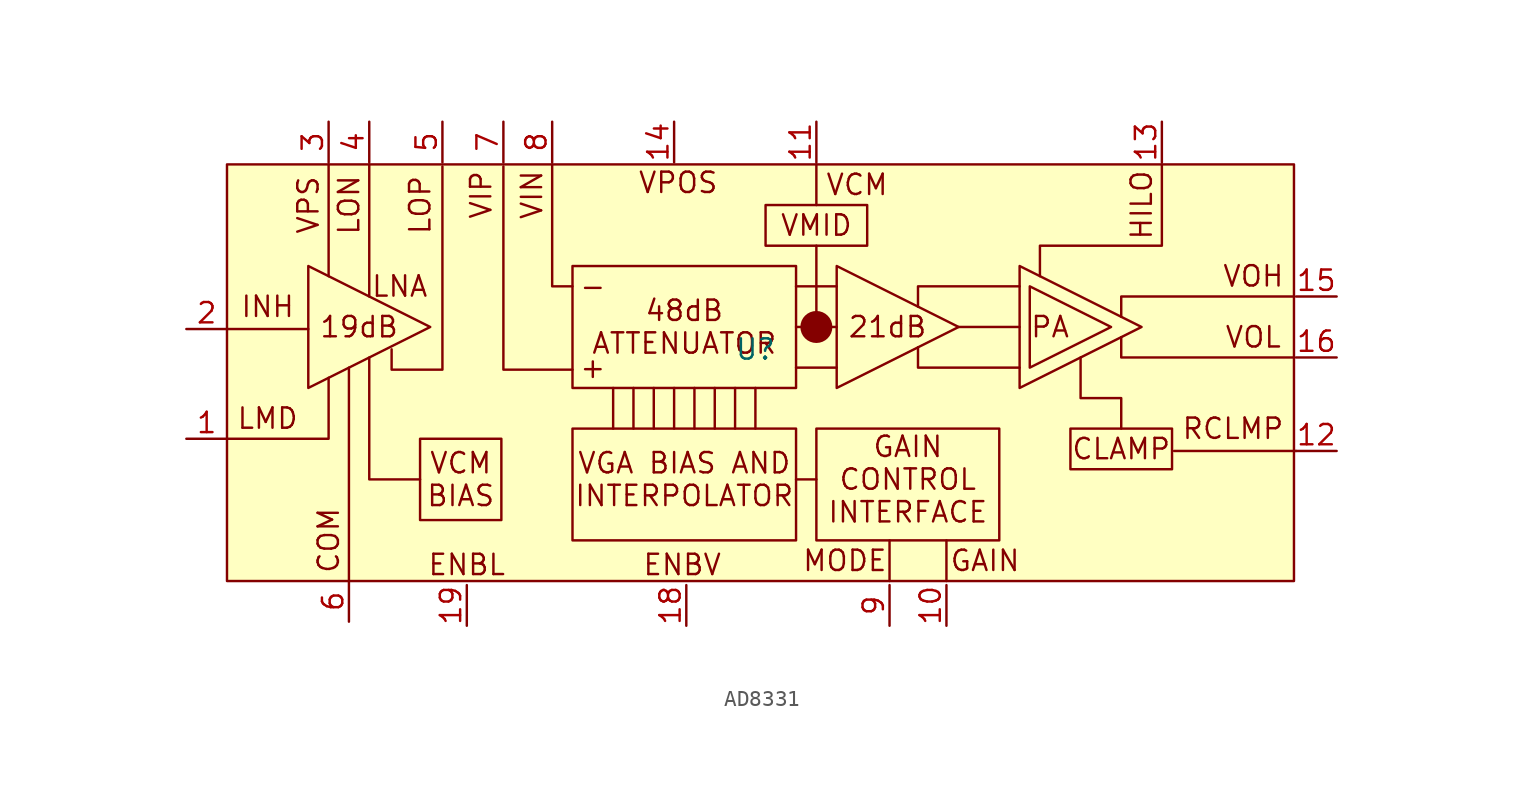
<source format=kicad_sym>
(kicad_symbol_lib
  (version 20220914)
  (generator kicad_symbol_editor)
  (symbol "AD8331"
    (property "Reference" "U"
      (at 1.27 0.508 0)
      (effects (font (size 1.27 1.27))))
    (property "Value" ""
      (at 14.605 -0.127 0)
      (effects (font (size 1.27 1.27))))
    (symbol "AD8331_1_1"
      (rectangle (start -31.75 12.065) (end 34.925 -13.97) (stroke (width 0) (type default)) (fill (type background)))
      (rectangle (start -19.685 -5.08) (end -14.605 -10.16) (stroke (width 0) (type default)) (fill (type none)))
      (rectangle (start -10.16 -4.445) (end 3.81 -11.43) (stroke (width 0) (type default)) (fill (type none)))
      (rectangle (start -10.16 5.715) (end 3.81 -1.905) (stroke (width 0) (type default)) (fill (type none)))
      (polyline (pts (xy -31.75 1.778) (xy -26.67 1.778)) (stroke (width 0) (type default)) (fill (type none)))
      (polyline (pts (xy -25.4 12.065) (xy -25.4 5.08)) (stroke (width 0) (type default)) (fill (type none)))
      (polyline (pts (xy -24.13 -13.97) (xy -24.13 -0.635)) (stroke (width 0) (type default)) (fill (type none)))
      (polyline (pts (xy -22.86 12.065) (xy -22.86 3.81)) (stroke (width 0) (type default)) (fill (type none)))
      (polyline (pts (xy -7.62 -1.905) (xy -7.62 -4.445)) (stroke (width 0) (type default)) (fill (type none)))
      (polyline (pts (xy -6.35 -1.905) (xy -6.35 -4.445)) (stroke (width 0) (type default)) (fill (type none)))
      (polyline (pts (xy -5.08 -1.905) (xy -5.08 -4.445)) (stroke (width 0) (type default)) (fill (type none)))
      (polyline (pts (xy -3.81 -1.905) (xy -3.81 -4.445)) (stroke (width 0) (type default)) (fill (type none)))
      (polyline (pts (xy -2.54 -1.905) (xy -2.54 -4.445)) (stroke (width 0) (type default)) (fill (type none)))
      (polyline (pts (xy -1.27 -1.905) (xy -1.27 -4.445)) (stroke (width 0) (type default)) (fill (type none)))
      (polyline (pts (xy 0 -1.905) (xy 0 -4.445)) (stroke (width 0) (type default)) (fill (type none)))
      (polyline (pts (xy 1.27 -1.905) (xy 1.27 -4.445)) (stroke (width 0) (type default)) (fill (type none)))
      (polyline (pts (xy 3.81 -7.62) (xy 5.08 -7.62)) (stroke (width 0) (type default)) (fill (type none)))
      (polyline (pts (xy 3.81 -0.635) (xy 6.35 -0.635)) (stroke (width 0) (type default)) (fill (type none)))
      (polyline (pts (xy 3.81 4.445) (xy 6.35 4.445)) (stroke (width 0) (type default)) (fill (type none)))
      (polyline (pts (xy 5.08 1.905) (xy 5.08 6.985)) (stroke (width 0) (type default)) (fill (type none)))
      (polyline (pts (xy 5.08 9.525) (xy 5.08 12.065)) (stroke (width 0) (type default)) (fill (type none)))
      (polyline (pts (xy 6.35 1.905) (xy 3.81 1.905)) (stroke (width 0) (type default)) (fill (type none)))
      (polyline (pts (xy 9.652 -13.97) (xy 9.652 -11.43)) (stroke (width 0) (type default)) (fill (type none)))
      (polyline (pts (xy 13.208 -13.97) (xy 13.208 -11.43)) (stroke (width 0) (type default)) (fill (type none)))
      (polyline (pts (xy 13.97 1.905) (xy 17.78 1.905)) (stroke (width 0) (type default)) (fill (type none)))
      (polyline (pts (xy 35.052 -5.842) (xy 27.432 -5.842)) (stroke (width 0) (type default)) (fill (type none)))
      (polyline (pts (xy -31.75 -5.08) (xy -25.4 -5.08) (xy -25.4 -1.27)) (stroke (width 0) (type default)) (fill (type none)))
      (polyline (pts (xy -22.86 0) (xy -22.86 -7.62) (xy -19.685 -7.62)) (stroke (width 0) (type default)) (fill (type none)))
      (polyline (pts (xy -14.478 11.938) (xy -14.478 -0.762) (xy -10.16 -0.762)) (stroke (width 0) (type default)) (fill (type none)))
      (polyline (pts (xy -11.43 12.065) (xy -11.43 4.445) (xy -10.16 4.445)) (stroke (width 0) (type default)) (fill (type none)))
      (polyline (pts (xy 11.43 0.635) (xy 11.43 -0.635) (xy 17.78 -0.635)) (stroke (width 0) (type default)) (fill (type none)))
      (polyline (pts (xy 11.43 3.175) (xy 11.43 4.445) (xy 17.78 4.445)) (stroke (width 0) (type default)) (fill (type none)))
      (polyline (pts (xy 24.13 2.54) (xy 24.13 3.81) (xy 34.925 3.81)) (stroke (width 0) (type default)) (fill (type none)))
      (polyline (pts (xy 34.925 0) (xy 24.13 0) (xy 24.13 1.27)) (stroke (width 0) (type default)) (fill (type none)))
      (polyline (pts (xy -26.67 5.715) (xy -26.67 -1.905) (xy -19.05 1.905) (xy -26.67 5.715)) (stroke (width 0) (type default)) (fill (type none)))
      (polyline (pts (xy -18.288 11.938) (xy -18.288 -0.762) (xy -21.463 -0.762) (xy -21.463 0.508)) (stroke (width 0) (type default)) (fill (type none)))
      (polyline (pts (xy 6.35 5.715) (xy 6.35 -1.905) (xy 13.97 1.905) (xy 6.35 5.715)) (stroke (width 0) (type default)) (fill (type none)))
      (polyline (pts (xy 17.78 5.715) (xy 17.78 -1.905) (xy 25.4 1.905) (xy 17.78 5.715)) (stroke (width 0) (type default)) (fill (type none)))
      (polyline (pts (xy 18.415 4.445) (xy 18.415 -0.635) (xy 23.495 1.905) (xy 18.415 4.445)) (stroke (width 0) (type default)) (fill (type none)))
      (polyline (pts (xy 21.59 0) (xy 21.59 -2.54) (xy 24.13 -2.54) (xy 24.13 -4.445)) (stroke (width 0) (type default)) (fill (type none)))
      (polyline (pts (xy 26.67 12.065) (xy 26.67 6.985) (xy 19.05 6.985) (xy 19.05 5.08)) (stroke (width 0) (type default)) (fill (type none)))
      (rectangle (start 1.905 9.525) (end 8.255 6.985) (stroke (width 0) (type default)) (fill (type none)))
      (rectangle (start 5.08 -4.445) (end 16.51 -11.43) (stroke (width 0) (type default)) (fill (type none)))
      (circle (center 5.08 1.905) (radius 0.0001) (stroke (width 1) (type default)) (fill (type none)))
      (rectangle (start 20.955 -4.445) (end 27.305 -6.985) (stroke (width 0) (type default)) (fill (type none)))
      (text "+" (at -8.89 -0.635 0) (effects (font (size 1.27 1.27))))
      (text "-" (at -8.89 4.445 0) (effects (font (size 1.27 1.27))))
      (text "19dB" (at -23.495 1.905 0) (effects (font (size 1.27 1.27))))
      (text "21dB" (at 9.525 1.905 0) (effects (font (size 1.27 1.27))))
      (text "48dB\nATTENUATOR" (at -3.175 1.905 0) (effects (font (size 1.27 1.27))))
      (text "CLAMP" (at 24.13 -5.715 0) (effects (font (size 1.27 1.27))))
      (text "COM" (at -25.4 -11.43 900) (effects (font (size 1.27 1.27))))
      (text "ENBL" (at -16.764 -12.954 0) (effects (font (size 1.27 1.27))))
      (text "ENBV" (at -3.302 -12.954 0) (effects (font (size 1.27 1.27))))
      (text "GAIN" (at 15.621 -12.7 0) (effects (font (size 1.27 1.27))))
      (text "GAIN\nCONTROL\nINTERFACE" (at 10.795 -7.62 0) (effects (font (size 1.27 1.27))))
      (text "HILO" (at 25.4 9.525 900) (effects (font (size 1.27 1.27))))
      (text "INH" (at -29.21 3.175 0) (effects (font (size 1.27 1.27))))
      (text "LMD" (at -29.21 -3.81 0) (effects (font (size 1.27 1.27))))
      (text "LNA" (at -20.955 4.445 0) (effects (font (size 1.27 1.27))))
      (text "LON" (at -24.13 9.525 900) (effects (font (size 1.27 1.27))))
      (text "LOP" (at -19.685 9.525 900) (effects (font (size 1.27 1.27))))
      (text "MODE" (at 6.858 -12.7 0) (effects (font (size 1.27 1.27))))
      (text "PA" (at 19.685 1.905 0) (effects (font (size 1.27 1.27))))
      (text "RCLMP" (at 31.115 -4.445 0) (effects (font (size 1.27 1.27))))
      (text "VCM" (at 7.62 10.795 0) (effects (font (size 1.27 1.27))))
      (text "VCM\nBIAS" (at -17.145 -7.62 0) (effects (font (size 1.27 1.27))))
      (text "VGA BIAS AND\nINTERPOLATOR" (at -3.175 -7.62 0) (effects (font (size 1.27 1.27))))
      (text "VIN" (at -12.7 10.16 900) (effects (font (size 1.27 1.27))))
      (text "VIP" (at -15.875 10.16 900) (effects (font (size 1.27 1.27))))
      (text "VMID" (at 5.08 8.255 0) (effects (font (size 1.27 1.27))))
      (text "VOH" (at 32.385 5.08 0) (effects (font (size 1.27 1.27))))
      (text "VOL" (at 32.385 1.27 0) (effects (font (size 1.27 1.27))))
      (text "VPOS" (at -3.556 10.922 0) (effects (font (size 1.27 1.27))))
      (text "VPS" (at -26.67 9.525 900) (effects (font (size 1.27 1.27))))
      (pin passive line (at -34.29 -5.08 0) (length 2.54) (name "LMD" (effects (font (size 0 0)))) (number "1" (effects (font (size 1.27 1.27)))))
      (pin input line (at 13.208 -16.764 90) (length 2.54) (name "GAIN" (effects (font (size 0 0)))) (number "10" (effects (font (size 1.27 1.27)))))
      (pin output line (at 5.08 14.732 270) (length 2.54) (name "VCM" (effects (font (size 0 0)))) (number "11" (effects (font (size 1.27 1.27)))))
      (pin output line (at 37.592 -5.842 180) (length 2.54) (name "RCLMP" (effects (font (size 0 0)))) (number "12" (effects (font (size 1.27 1.27)))))
      (pin input line (at 26.67 14.732 270) (length 2.54) (name "HILO" (effects (font (size 0 0)))) (number "13" (effects (font (size 1.27 1.27)))))
      (pin power_in line (at -3.81 14.732 270) (length 2.54) (name "VPOS" (effects (font (size 0 0)))) (number "14" (effects (font (size 1.27 1.27)))))
      (pin output line (at 37.592 3.81 180) (length 2.54) (name "VOH" (effects (font (size 0 0)))) (number "15" (effects (font (size 1.27 1.27)))))
      (pin output line (at 37.592 0 180) (length 2.54) (name "VOL" (effects (font (size 0 0)))) (number "16" (effects (font (size 1.27 1.27)))))
      (pin power_in line (at -24.13 -16.51 90) (length 2.54) hide (name "COMM" (effects (font (size 0 0)))) (number "17" (effects (font (size 1.27 1.27)))))
      (pin input line (at -3.048 -16.764 90) (length 2.54) (name "ENBV" (effects (font (size 0 0)))) (number "18" (effects (font (size 1.27 1.27)))))
      (pin input line (at -16.764 -16.764 90) (length 2.54) (name "ENBL" (effects (font (size 0 0)))) (number "19" (effects (font (size 1.27 1.27)))))
      (pin input line (at -34.29 1.778 0) (length 2.54) (name "INH" (effects (font (size 0 0)))) (number "2" (effects (font (size 1.27 1.27)))))
      (pin power_in line (at -24.13 -16.51 90) (length 2.54) hide (name "COMM" (effects (font (size 0 0)))) (number "20" (effects (font (size 1.27 1.27)))))
      (pin power_in line (at -25.4 14.732 270) (length 2.54) (name "VPS" (effects (font (size 0 0)))) (number "3" (effects (font (size 1.27 1.27)))))
      (pin output line (at -22.86 14.732 270) (length 2.54) (name "LON" (effects (font (size 0 0)))) (number "4" (effects (font (size 1.27 1.27)))))
      (pin output line (at -18.288 14.732 270) (length 2.54) (name "LOP" (effects (font (size 0 0)))) (number "5" (effects (font (size 1.27 1.27)))))
      (pin power_in line (at -24.13 -16.51 90) (length 2.54) (name "COML" (effects (font (size 0 0)))) (number "6" (effects (font (size 1.27 1.27)))))
      (pin input line (at -14.478 14.732 270) (length 2.54) (name "VIP" (effects (font (size 0 0)))) (number "7" (effects (font (size 1.27 1.27)))))
      (pin input line (at -11.43 14.732 270) (length 2.54) (name "VIN" (effects (font (size 0 0)))) (number "8" (effects (font (size 1.27 1.27)))))
      (pin input line (at 9.652 -16.764 90) (length 2.54) (name "MODE" (effects (font (size 0 0)))) (number "9" (effects (font (size 1.27 1.27))))))))
</source>
